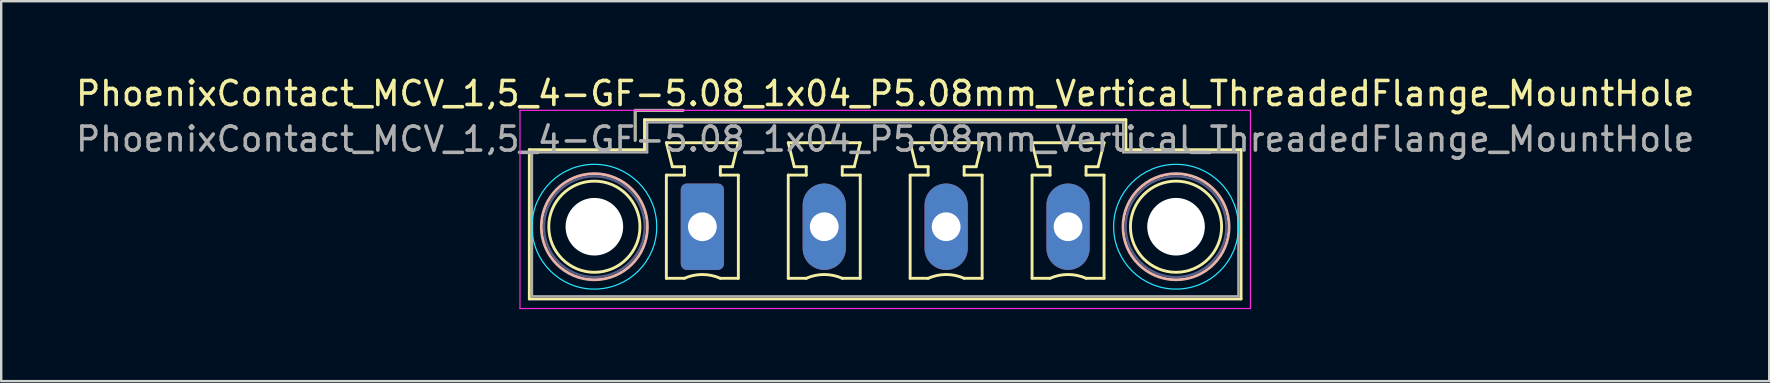
<source format=kicad_pcb>
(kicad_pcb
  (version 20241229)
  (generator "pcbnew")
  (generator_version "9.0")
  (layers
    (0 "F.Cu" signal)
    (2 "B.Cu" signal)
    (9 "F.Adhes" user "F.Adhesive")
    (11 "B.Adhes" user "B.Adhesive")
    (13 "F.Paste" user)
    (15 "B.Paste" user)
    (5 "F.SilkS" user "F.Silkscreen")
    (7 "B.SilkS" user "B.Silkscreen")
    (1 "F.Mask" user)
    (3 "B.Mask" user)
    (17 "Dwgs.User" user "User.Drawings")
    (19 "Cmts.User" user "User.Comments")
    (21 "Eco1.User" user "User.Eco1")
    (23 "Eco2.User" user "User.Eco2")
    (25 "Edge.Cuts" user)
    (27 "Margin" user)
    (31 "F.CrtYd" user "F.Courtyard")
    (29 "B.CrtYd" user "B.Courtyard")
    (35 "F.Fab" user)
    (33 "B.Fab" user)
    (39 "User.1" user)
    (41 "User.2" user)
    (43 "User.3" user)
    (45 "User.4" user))
  (footprint "PhoenixContact_MCV_1,5_4-GF-5.08_1x04_P5.08mm_Vertical_ThreadedFlange_MountHole"
    (layer "F.Cu")
    (at 26.219 6.398)
    (property "Reference" "PhoenixContact_MCV_1,5_4-GF-5.08_1x04_P5.08mm_Vertical_ThreadedFlange_MountHole" (at 7.62 -5.55 0) (layer "F.SilkS") (effects (font (size 1 1) (thickness 0.15))))
    (attr through_hole)
    (fp_line (start -7.21 -3.21) (end -7.21 3.01) (stroke (width 0.12) (type solid)) (layer "F.SilkS"))
    (fp_line (start -7.21 3.01) (end 22.45 3.01) (stroke (width 0.12) (type solid)) (layer "F.SilkS"))
    (fp_line (start -2.8 -4.85) (end -0.8 -4.85) (stroke (width 0.12) (type solid)) (layer "F.SilkS"))
    (fp_line (start -2.8 -3.6) (end -2.8 -4.85) (stroke (width 0.12) (type solid)) (layer "F.SilkS"))
    (fp_line (start -2.41 -4.46) (end -2.41 -3.21) (stroke (width 0.12) (type solid)) (layer "F.SilkS"))
    (fp_line (start -2.41 -3.21) (end -7.21 -3.21) (stroke (width 0.12) (type solid)) (layer "F.SilkS"))
    (fp_line (start -1.5 -3.5) (end 1.5 -3.5) (stroke (width 0.12) (type solid)) (layer "F.SilkS"))
    (fp_line (start -1.5 -2.15) (end -0.75 -2.15) (stroke (width 0.12) (type solid)) (layer "F.SilkS"))
    (fp_line (start -1.5 2.15) (end -1.5 -2.15) (stroke (width 0.12) (type solid)) (layer "F.SilkS"))
    (fp_line (start -1.25 -2.5) (end -1.5 -3.5) (stroke (width 0.12) (type solid)) (layer "F.SilkS"))
    (fp_line (start -0.75 -2.5) (end -1.25 -2.5) (stroke (width 0.12) (type solid)) (layer "F.SilkS"))
    (fp_line (start -0.75 -2.15) (end -0.75 -2.5) (stroke (width 0.12) (type solid)) (layer "F.SilkS"))
    (fp_line (start -0.75 2.15) (end -1.5 2.15) (stroke (width 0.12) (type solid)) (layer "F.SilkS"))
    (fp_line (start 0.75 -2.5) (end 0.75 -2.15) (stroke (width 0.12) (type solid)) (layer "F.SilkS"))
    (fp_line (start 0.75 -2.15) (end 1.5 -2.15) (stroke (width 0.12) (type solid)) (layer "F.SilkS"))
    (fp_line (start 1.25 -2.5) (end 0.75 -2.5) (stroke (width 0.12) (type solid)) (layer "F.SilkS"))
    (fp_line (start 1.5 -3.5) (end 1.25 -2.5) (stroke (width 0.12) (type solid)) (layer "F.SilkS"))
    (fp_line (start 1.5 -2.15) (end 1.5 2.15) (stroke (width 0.12) (type solid)) (layer "F.SilkS"))
    (fp_line (start 1.5 2.15) (end 0.75 2.15) (stroke (width 0.12) (type solid)) (layer "F.SilkS"))
    (fp_line (start 3.58 -3.5) (end 6.58 -3.5) (stroke (width 0.12) (type solid)) (layer "F.SilkS"))
    (fp_line (start 3.58 -2.15) (end 4.33 -2.15) (stroke (width 0.12) (type solid)) (layer "F.SilkS"))
    (fp_line (start 3.58 2.15) (end 3.58 -2.15) (stroke (width 0.12) (type solid)) (layer "F.SilkS"))
    (fp_line (start 3.83 -2.5) (end 3.58 -3.5) (stroke (width 0.12) (type solid)) (layer "F.SilkS"))
    (fp_line (start 4.33 -2.5) (end 3.83 -2.5) (stroke (width 0.12) (type solid)) (layer "F.SilkS"))
    (fp_line (start 4.33 -2.15) (end 4.33 -2.5) (stroke (width 0.12) (type solid)) (layer "F.SilkS"))
    (fp_line (start 4.33 2.15) (end 3.58 2.15) (stroke (width 0.12) (type solid)) (layer "F.SilkS"))
    (fp_line (start 5.83 -2.5) (end 5.83 -2.15) (stroke (width 0.12) (type solid)) (layer "F.SilkS"))
    (fp_line (start 5.83 -2.15) (end 6.58 -2.15) (stroke (width 0.12) (type solid)) (layer "F.SilkS"))
    (fp_line (start 6.33 -2.5) (end 5.83 -2.5) (stroke (width 0.12) (type solid)) (layer "F.SilkS"))
    (fp_line (start 6.58 -3.5) (end 6.33 -2.5) (stroke (width 0.12) (type solid)) (layer "F.SilkS"))
    (fp_line (start 6.58 -2.15) (end 6.58 2.15) (stroke (width 0.12) (type solid)) (layer "F.SilkS"))
    (fp_line (start 6.58 2.15) (end 5.83 2.15) (stroke (width 0.12) (type solid)) (layer "F.SilkS"))
    (fp_line (start 8.66 -3.5) (end 11.66 -3.5) (stroke (width 0.12) (type solid)) (layer "F.SilkS"))
    (fp_line (start 8.66 -2.15) (end 9.41 -2.15) (stroke (width 0.12) (type solid)) (layer "F.SilkS"))
    (fp_line (start 8.66 2.15) (end 8.66 -2.15) (stroke (width 0.12) (type solid)) (layer "F.SilkS"))
    (fp_line (start 8.91 -2.5) (end 8.66 -3.5) (stroke (width 0.12) (type solid)) (layer "F.SilkS"))
    (fp_line (start 9.41 -2.5) (end 8.91 -2.5) (stroke (width 0.12) (type solid)) (layer "F.SilkS"))
    (fp_line (start 9.41 -2.15) (end 9.41 -2.5) (stroke (width 0.12) (type solid)) (layer "F.SilkS"))
    (fp_line (start 9.41 2.15) (end 8.66 2.15) (stroke (width 0.12) (type solid)) (layer "F.SilkS"))
    (fp_line (start 10.91 -2.5) (end 10.91 -2.15) (stroke (width 0.12) (type solid)) (layer "F.SilkS"))
    (fp_line (start 10.91 -2.15) (end 11.66 -2.15) (stroke (width 0.12) (type solid)) (layer "F.SilkS"))
    (fp_line (start 11.41 -2.5) (end 10.91 -2.5) (stroke (width 0.12) (type solid)) (layer "F.SilkS"))
    (fp_line (start 11.66 -3.5) (end 11.41 -2.5) (stroke (width 0.12) (type solid)) (layer "F.SilkS"))
    (fp_line (start 11.66 -2.15) (end 11.66 2.15) (stroke (width 0.12) (type solid)) (layer "F.SilkS"))
    (fp_line (start 11.66 2.15) (end 10.91 2.15) (stroke (width 0.12) (type solid)) (layer "F.SilkS"))
    (fp_line (start 13.74 -3.5) (end 16.74 -3.5) (stroke (width 0.12) (type solid)) (layer "F.SilkS"))
    (fp_line (start 13.74 -2.15) (end 14.49 -2.15) (stroke (width 0.12) (type solid)) (layer "F.SilkS"))
    (fp_line (start 13.74 2.15) (end 13.74 -2.15) (stroke (width 0.12) (type solid)) (layer "F.SilkS"))
    (fp_line (start 13.99 -2.5) (end 13.74 -3.5) (stroke (width 0.12) (type solid)) (layer "F.SilkS"))
    (fp_line (start 14.49 -2.5) (end 13.99 -2.5) (stroke (width 0.12) (type solid)) (layer "F.SilkS"))
    (fp_line (start 14.49 -2.15) (end 14.49 -2.5) (stroke (width 0.12) (type solid)) (layer "F.SilkS"))
    (fp_line (start 14.49 2.15) (end 13.74 2.15) (stroke (width 0.12) (type solid)) (layer "F.SilkS"))
    (fp_line (start 15.99 -2.5) (end 15.99 -2.15) (stroke (width 0.12) (type solid)) (layer "F.SilkS"))
    (fp_line (start 15.99 -2.15) (end 16.74 -2.15) (stroke (width 0.12) (type solid)) (layer "F.SilkS"))
    (fp_line (start 16.49 -2.5) (end 15.99 -2.5) (stroke (width 0.12) (type solid)) (layer "F.SilkS"))
    (fp_line (start 16.74 -3.5) (end 16.49 -2.5) (stroke (width 0.12) (type solid)) (layer "F.SilkS"))
    (fp_line (start 16.74 -2.15) (end 16.74 2.15) (stroke (width 0.12) (type solid)) (layer "F.SilkS"))
    (fp_line (start 16.74 2.15) (end 15.99 2.15) (stroke (width 0.12) (type solid)) (layer "F.SilkS"))
    (fp_line (start 17.65 -4.46) (end -2.41 -4.46) (stroke (width 0.12) (type solid)) (layer "F.SilkS"))
    (fp_line (start 17.65 -3.21) (end 17.65 -4.46) (stroke (width 0.12) (type solid)) (layer "F.SilkS"))
    (fp_line (start 22.45 -3.21) (end 17.65 -3.21) (stroke (width 0.12) (type solid)) (layer "F.SilkS"))
    (fp_line (start 22.45 3.01) (end 22.45 -3.21) (stroke (width 0.12) (type solid)) (layer "F.SilkS"))
    (fp_arc (start -0.75 2.15) (mid -0.000193 1.99191) (end 0.749647 2.149844) (stroke (width 0.12) (type solid)) (layer "F.SilkS"))
    (fp_arc (start 4.33 2.15) (mid 5.079807 1.99191) (end 5.829647 2.149844) (stroke (width 0.12) (type solid)) (layer "F.SilkS"))
    (fp_arc (start 9.41 2.15) (mid 10.159807 1.99191) (end 10.909647 2.149844) (stroke (width 0.12) (type solid)) (layer "F.SilkS"))
    (fp_arc (start 14.49 2.15) (mid 15.239807 1.99191) (end 15.989647 2.149844) (stroke (width 0.12) (type solid)) (layer "F.SilkS"))
    (fp_circle (center -4.5 0) (end -2.6 0) (stroke (width 0.12) (type solid)) (fill no) (layer "F.SilkS"))
    (fp_circle (center 19.74 0) (end 21.64 0) (stroke (width 0.12) (type solid)) (fill no) (layer "F.SilkS"))
    (fp_circle (center -4.5 0) (end -2.29 0) (stroke (width 0.12) (type solid)) (fill no) (layer "B.SilkS"))
    (fp_circle (center 19.74 0) (end 21.95 0) (stroke (width 0.12) (type solid)) (fill no) (layer "B.SilkS"))
    (fp_circle (center -4.5 0) (end -1.9 0) (stroke (width 0.05) (type solid)) (fill no) (layer "B.CrtYd"))
    (fp_circle (center 19.74 0) (end 22.34 0) (stroke (width 0.05) (type solid)) (fill no) (layer "B.CrtYd"))
    (fp_line (start -7.6 -4.85) (end -7.6 3.41) (stroke (width 0.05) (type solid)) (layer "F.CrtYd"))
    (fp_line (start -7.6 3.41) (end 22.84 3.41) (stroke (width 0.05) (type solid)) (layer "F.CrtYd"))
    (fp_line (start 22.84 -4.85) (end -7.6 -4.85) (stroke (width 0.05) (type solid)) (layer "F.CrtYd"))
    (fp_line (start 22.84 3.41) (end 22.84 -4.85) (stroke (width 0.05) (type solid)) (layer "F.CrtYd"))
    (fp_circle (center -4.5 0) (end -2.4 0) (stroke (width 0.1) (type solid)) (fill no) (layer "B.Fab"))
    (fp_circle (center 19.74 0) (end 21.84 0) (stroke (width 0.1) (type solid)) (fill no) (layer "B.Fab"))
    (fp_line (start -7.1 -3.1) (end -7.1 2.9) (stroke (width 0.1) (type solid)) (layer "F.Fab"))
    (fp_line (start -7.1 2.9) (end 22.34 2.9) (stroke (width 0.1) (type solid)) (layer "F.Fab"))
    (fp_line (start -2.8 -4.85) (end -0.8 -4.85) (stroke (width 0.1) (type solid)) (layer "F.Fab"))
    (fp_line (start -2.8 -3.6) (end -2.8 -4.85) (stroke (width 0.1) (type solid)) (layer "F.Fab"))
    (fp_line (start -2.3 -4.35) (end -2.3 -3.1) (stroke (width 0.1) (type solid)) (layer "F.Fab"))
    (fp_line (start -2.3 -3.1) (end -7.1 -3.1) (stroke (width 0.1) (type solid)) (layer "F.Fab"))
    (fp_line (start 17.54 -4.35) (end -2.3 -4.35) (stroke (width 0.1) (type solid)) (layer "F.Fab"))
    (fp_line (start 17.54 -3.1) (end 17.54 -4.35) (stroke (width 0.1) (type solid)) (layer "F.Fab"))
    (fp_line (start 22.34 -3.1) (end 17.54 -3.1) (stroke (width 0.1) (type solid)) (layer "F.Fab"))
    (fp_line (start 22.34 2.9) (end 22.34 -3.1) (stroke (width 0.1) (type solid)) (layer "F.Fab"))
    (fp_text user "${REFERENCE}" (at 7.62 -3.65 0) (layer "F.Fab") (effects (font (size 1 1) (thickness 0.15))))
    (pad "" np_thru_hole circle (at -4.5 0) (size 2.4 2.4) (drill 2.4) (layers "*.Cu" "*.Mask"))
    (pad "" np_thru_hole circle (at 19.74 0) (size 2.4 2.4) (drill 2.4) (layers "*.Cu" "*.Mask"))
    (pad "1" thru_hole roundrect (at 0 0) (size 1.8 3.6) (drill 1.2) (layers "*.Cu" "*.Mask") (roundrect_rratio 0.139))
    (pad "2" thru_hole oval (at 5.08 0) (size 1.8 3.6) (drill 1.2) (layers "*.Cu" "*.Mask"))
    (pad "3" thru_hole oval (at 10.16 0) (size 1.8 3.6) (drill 1.2) (layers "*.Cu" "*.Mask"))
    (pad "4" thru_hole oval (at 15.24 0) (size 1.8 3.6) (drill 1.2) (layers "*.Cu" "*.Mask")))
  (gr_rect
    (start -3 -3)
    (end 70.679 12.833)
    (stroke (width 0.1) (type default))
    (fill no)
    (layer "Edge.Cuts")))
</source>
